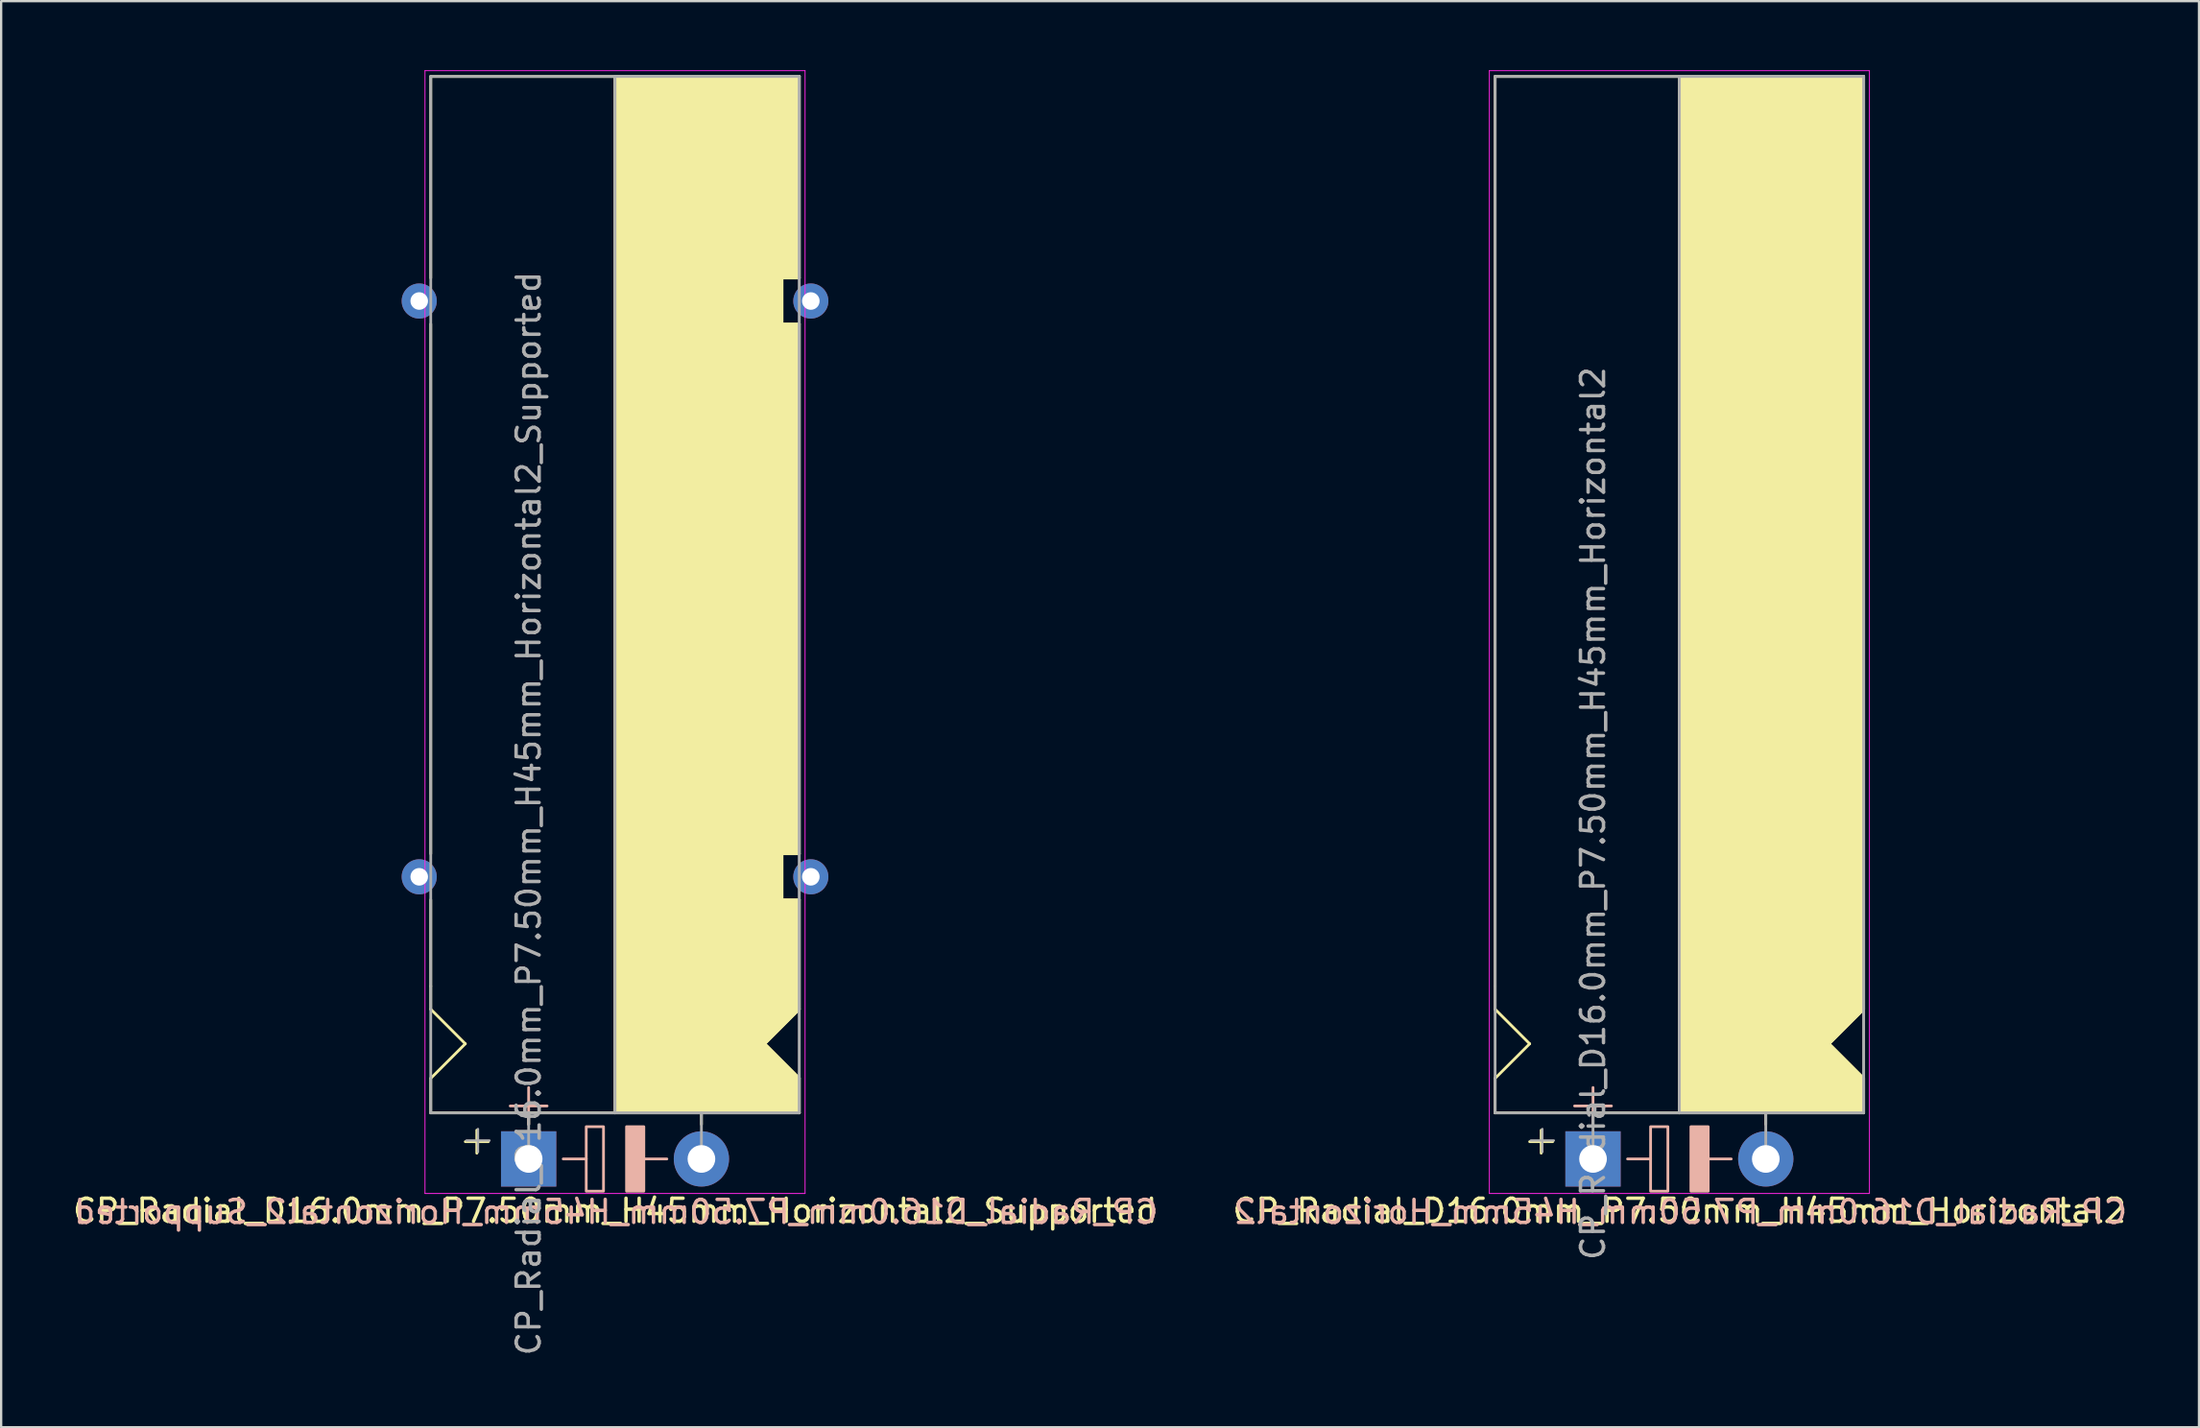
<source format=kicad_pcb>
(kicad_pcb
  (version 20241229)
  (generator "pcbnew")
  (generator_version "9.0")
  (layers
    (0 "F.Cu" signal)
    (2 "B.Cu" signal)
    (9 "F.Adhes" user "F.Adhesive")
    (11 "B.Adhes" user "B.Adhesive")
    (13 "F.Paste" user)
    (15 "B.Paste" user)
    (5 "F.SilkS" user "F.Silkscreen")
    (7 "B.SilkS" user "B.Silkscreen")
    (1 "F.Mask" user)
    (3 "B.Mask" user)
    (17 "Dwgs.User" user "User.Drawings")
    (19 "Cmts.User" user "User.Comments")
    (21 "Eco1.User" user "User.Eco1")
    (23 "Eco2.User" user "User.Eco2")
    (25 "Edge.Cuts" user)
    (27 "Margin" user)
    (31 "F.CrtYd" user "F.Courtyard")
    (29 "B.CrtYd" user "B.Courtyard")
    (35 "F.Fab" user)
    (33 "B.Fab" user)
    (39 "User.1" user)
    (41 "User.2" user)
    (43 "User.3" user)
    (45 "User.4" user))
  (footprint "CP_Radial_D16.0mm_P7.50mm_H45mm_Horizontal2"
    (layer "F.Cu")
    (at 66.104 47.27)
    (property "Reference" "CP_Radial_D16.0mm_P7.50mm_H45mm_Horizontal2" (at 3.75 2.25 0) (layer "F.SilkS") (effects (font (size 1 1) (thickness 0.15))))
    (fp_line (start -4.25 -7.5) (end -4.25 -47) (stroke (width 0.12) (type solid)) (layer "F.SilkS"))
    (fp_line (start -4.25 -6.5) (end -4.25 -7.5) (stroke (width 0.12) (type solid)) (layer "F.SilkS"))
    (fp_line (start -4.25 -3.5) (end -2.75 -5) (stroke (width 0.12) (type solid)) (layer "F.SilkS"))
    (fp_line (start -4.25 -2) (end -4.25 -3.5) (stroke (width 0.12) (type solid)) (layer "F.SilkS"))
    (fp_line (start -2.75 -5) (end -4.25 -6.5) (stroke (width 0.12) (type solid)) (layer "F.SilkS"))
    (fp_line (start -2.25 -1.25) (end -2.25 -0.25) (stroke (width 0.12) (type solid)) (layer "F.SilkS"))
    (fp_line (start -1.75 -0.75) (end -2.75 -0.75) (stroke (width 0.12) (type solid)) (layer "F.SilkS"))
    (fp_line (start 0 -1.5) (end 0 -2) (stroke (width 0.12) (type solid)) (layer "F.SilkS"))
    (fp_line (start 3.75 -2) (end -4.25 -2) (stroke (width 0.12) (type solid)) (layer "F.SilkS"))
    (fp_line (start 3.75 -2) (end 3.75 -47) (stroke (width 0.12) (type solid)) (layer "F.SilkS"))
    (fp_line (start 3.75 -2) (end 11.75 -2) (stroke (width 0.12) (type solid)) (layer "F.SilkS"))
    (fp_line (start 7.5 -1.5) (end 7.5 -2) (stroke (width 0.12) (type solid)) (layer "F.SilkS"))
    (fp_line (start 10.25 -5) (end 11.75 -6.5) (stroke (width 0.12) (type solid)) (layer "F.SilkS"))
    (fp_line (start 11.75 -47) (end -4.25 -47) (stroke (width 0.12) (type solid)) (layer "F.SilkS"))
    (fp_line (start 11.75 -47) (end 11.75 -6.5) (stroke (width 0.12) (type solid)) (layer "F.SilkS"))
    (fp_line (start 11.75 -3.5) (end 10.25 -5) (stroke (width 0.12) (type solid)) (layer "F.SilkS"))
    (fp_line (start 11.75 -2) (end 11.75 -3.5) (stroke (width 0.12) (type solid)) (layer "F.SilkS"))
    (fp_poly (pts (xy 11.75 -3.5) (xy 10.25 -5) (xy 11.75 -6.5) (xy 11.75 -47) (xy 3.75 -47) (xy 3.75 -2) (xy 11.75 -2)) (stroke (width 0.1) (type solid)) (fill yes) (layer "F.SilkS"))
    (fp_line (start 0 -3.1) (end 0 -1.5) (stroke (width 0.12) (type solid)) (layer "B.SilkS"))
    (fp_line (start 0.8 -2.3) (end -0.8 -2.3) (stroke (width 0.12) (type solid)) (layer "B.SilkS"))
    (fp_line (start 2.5 0) (end 1.5 0) (stroke (width 0.12) (type solid)) (layer "B.SilkS"))
    (fp_line (start 6 0) (end 5 0) (stroke (width 0.12) (type solid)) (layer "B.SilkS"))
    (fp_rect (start 2.5 -1.4) (end 3.25 1.4) (stroke (width 0.12) (type solid)) (fill no) (layer "B.SilkS"))
    (fp_rect (start 4.25 -1.4) (end 5 1.4) (stroke (width 0.12) (type solid)) (fill yes) (layer "B.SilkS"))
    (fp_line (start -4.5 -47.25) (end -4.5 1.5) (stroke (width 0.04) (type solid)) (layer "F.CrtYd"))
    (fp_line (start -4.5 1.5) (end 12 1.5) (stroke (width 0.04) (type solid)) (layer "F.CrtYd"))
    (fp_line (start 12 -47.25) (end -4.5 -47.25) (stroke (width 0.04) (type solid)) (layer "F.CrtYd"))
    (fp_line (start 12 1.5) (end 12 -47.25) (stroke (width 0.04) (type solid)) (layer "F.CrtYd"))
    (fp_line (start -4.25 -47) (end 11.75 -47) (stroke (width 0.12) (type solid)) (layer "F.Fab"))
    (fp_line (start -4.25 -2) (end -4.25 -47) (stroke (width 0.12) (type solid)) (layer "F.Fab"))
    (fp_line (start -2.7 -0.8) (end -1.7 -0.8) (stroke (width 0.1) (type solid)) (layer "F.Fab"))
    (fp_line (start -2.2 -0.3) (end -2.2 -1.3) (stroke (width 0.1) (type solid)) (layer "F.Fab"))
    (fp_line (start 0 -2) (end -4.25 -2) (stroke (width 0.12) (type solid)) (layer "F.Fab"))
    (fp_line (start 0 0) (end 0 -2) (stroke (width 0.12) (type solid)) (layer "F.Fab"))
    (fp_line (start 3.75 -2) (end 3.75 -47) (stroke (width 0.12) (type solid)) (layer "F.Fab"))
    (fp_line (start 7.5 0) (end 7.5 -2) (stroke (width 0.12) (type solid)) (layer "F.Fab"))
    (fp_line (start 11.75 -47) (end 11.75 -2) (stroke (width 0.12) (type solid)) (layer "F.Fab"))
    (fp_line (start 11.75 -2) (end 0 -2) (stroke (width 0.12) (type solid)) (layer "F.Fab"))
    (fp_poly (pts (xy 11.75 -47) (xy 3.75 -47) (xy 3.75 -2) (xy 11.75 -2)) (stroke (width 0.1) (type solid)) (fill no) (layer "F.Fab"))
    (fp_text user "${REFERENCE}" (at 3.8 2.3 0) (layer "B.SilkS") (effects (font (size 1 1) (thickness 0.15)) (justify mirror)))
    (fp_text user "${REFERENCE}" (at 0 -15 90) (layer "F.Fab") (effects (font (size 1 1) (thickness 0.15))))
    (pad "1" thru_hole rect (at 0 0) (size 2.4 2.4) (drill 1.2) (layers "*.Cu" "*.Mask"))
    (pad "2" thru_hole circle (at 7.5 0) (size 2.4 2.4) (drill 1.2) (layers "*.Cu" "*.Mask")))
  (footprint "CP_Radial_D16.0mm_P7.50mm_H45mm_Horizontal2_Supported"
    (layer "F.Cu")
    (at 19.899 47.27)
    (property "Reference" "CP_Radial_D16.0mm_P7.50mm_H45mm_Horizontal2_Supported" (at 3.75 2.25 0) (layer "F.SilkS") (effects (font (size 1 1) (thickness 0.15))))
    (fp_line (start -4.25 -38.25) (end -4.25 -47) (stroke (width 0.12) (type solid)) (layer "F.SilkS"))
    (fp_line (start -4.25 -36.25) (end -4.25 -13.25) (stroke (width 0.12) (type solid)) (layer "F.SilkS"))
    (fp_line (start -4.25 -7.5) (end -4.25 -11.25) (stroke (width 0.12) (type solid)) (layer "F.SilkS"))
    (fp_line (start -4.25 -6.5) (end -4.25 -7.5) (stroke (width 0.12) (type solid)) (layer "F.SilkS"))
    (fp_line (start -4.25 -3.5) (end -2.75 -5) (stroke (width 0.12) (type solid)) (layer "F.SilkS"))
    (fp_line (start -4.25 -2) (end -4.25 -3.5) (stroke (width 0.12) (type solid)) (layer "F.SilkS"))
    (fp_line (start -2.75 -5) (end -4.25 -6.5) (stroke (width 0.12) (type solid)) (layer "F.SilkS"))
    (fp_line (start -2.25 -1.25) (end -2.25 -0.25) (stroke (width 0.12) (type solid)) (layer "F.SilkS"))
    (fp_line (start -1.75 -0.75) (end -2.75 -0.75) (stroke (width 0.12) (type solid)) (layer "F.SilkS"))
    (fp_line (start 0 -1.5) (end 0 -2) (stroke (width 0.12) (type solid)) (layer "F.SilkS"))
    (fp_line (start 3.75 -2) (end -4.25 -2) (stroke (width 0.12) (type solid)) (layer "F.SilkS"))
    (fp_line (start 3.75 -2) (end 3.75 -47) (stroke (width 0.12) (type solid)) (layer "F.SilkS"))
    (fp_line (start 3.75 -2) (end 11.75 -2) (stroke (width 0.12) (type solid)) (layer "F.SilkS"))
    (fp_line (start 7.5 -1.5) (end 7.5 -2) (stroke (width 0.12) (type solid)) (layer "F.SilkS"))
    (fp_line (start 10.25 -5) (end 11.75 -6.5) (stroke (width 0.12) (type solid)) (layer "F.SilkS"))
    (fp_line (start 11 -38.25) (end 11 -36.25) (stroke (width 0.12) (type solid)) (layer "F.SilkS"))
    (fp_line (start 11 -36.25) (end 11.75 -36.25) (stroke (width 0.12) (type solid)) (layer "F.SilkS"))
    (fp_line (start 11 -13.25) (end 11 -11.25) (stroke (width 0.12) (type solid)) (layer "F.SilkS"))
    (fp_line (start 11 -11.25) (end 11.75 -11.25) (stroke (width 0.12) (type solid)) (layer "F.SilkS"))
    (fp_line (start 11.75 -47) (end -4.25 -47) (stroke (width 0.12) (type solid)) (layer "F.SilkS"))
    (fp_line (start 11.75 -47) (end 11.75 -38.25) (stroke (width 0.12) (type solid)) (layer "F.SilkS"))
    (fp_line (start 11.75 -38.25) (end 11 -38.25) (stroke (width 0.12) (type solid)) (layer "F.SilkS"))
    (fp_line (start 11.75 -13.25) (end 11 -13.25) (stroke (width 0.12) (type solid)) (layer "F.SilkS"))
    (fp_line (start 11.75 -13.25) (end 11.75 -36.25) (stroke (width 0.12) (type solid)) (layer "F.SilkS"))
    (fp_line (start 11.75 -11.25) (end 11.75 -6.5) (stroke (width 0.12) (type solid)) (layer "F.SilkS"))
    (fp_line (start 11.75 -3.5) (end 10.25 -5) (stroke (width 0.12) (type solid)) (layer "F.SilkS"))
    (fp_line (start 11.75 -2) (end 11.75 -3.5) (stroke (width 0.12) (type solid)) (layer "F.SilkS"))
    (fp_poly (pts (xy 11.75 -3.5) (xy 10.25 -5) (xy 11.75 -6.5) (xy 11.75 -11.25) (xy 11 -11.25) (xy 11 -13.25) (xy 11.75 -13.25) (xy 11.75 -36.25) (xy 11 -36.25) (xy 11 -38.25) (xy 11.75 -38.25) (xy 11.75 -47) (xy 3.75 -47) (xy 3.75 -2) (xy 11.75 -2)) (stroke (width 0.1) (type solid)) (fill yes) (layer "F.SilkS"))
    (fp_line (start 0 -3.1) (end 0 -1.5) (stroke (width 0.12) (type solid)) (layer "B.SilkS"))
    (fp_line (start 0.8 -2.3) (end -0.8 -2.3) (stroke (width 0.12) (type solid)) (layer "B.SilkS"))
    (fp_line (start 2.5 0) (end 1.5 0) (stroke (width 0.12) (type solid)) (layer "B.SilkS"))
    (fp_line (start 6 0) (end 5 0) (stroke (width 0.12) (type solid)) (layer "B.SilkS"))
    (fp_rect (start 2.5 -1.4) (end 3.25 1.4) (stroke (width 0.12) (type solid)) (fill no) (layer "B.SilkS"))
    (fp_rect (start 4.25 -1.4) (end 5 1.4) (stroke (width 0.12) (type solid)) (fill yes) (layer "B.SilkS"))
    (fp_line (start -4.5 -47.25) (end -4.5 1.5) (stroke (width 0.04) (type solid)) (layer "F.CrtYd"))
    (fp_line (start -4.5 1.5) (end 12 1.5) (stroke (width 0.04) (type solid)) (layer "F.CrtYd"))
    (fp_line (start 12 -47.25) (end -4.5 -47.25) (stroke (width 0.04) (type solid)) (layer "F.CrtYd"))
    (fp_line (start 12 1.5) (end 12 -47.25) (stroke (width 0.04) (type solid)) (layer "F.CrtYd"))
    (fp_line (start -4.25 -47) (end 11.75 -47) (stroke (width 0.12) (type solid)) (layer "F.Fab"))
    (fp_line (start -4.25 -2) (end -4.25 -47) (stroke (width 0.12) (type solid)) (layer "F.Fab"))
    (fp_line (start -2.7 -0.8) (end -1.7 -0.8) (stroke (width 0.1) (type solid)) (layer "F.Fab"))
    (fp_line (start -2.2 -0.3) (end -2.2 -1.3) (stroke (width 0.1) (type solid)) (layer "F.Fab"))
    (fp_line (start 0 -2) (end -4.25 -2) (stroke (width 0.12) (type solid)) (layer "F.Fab"))
    (fp_line (start 0 0) (end 0 -2) (stroke (width 0.12) (type solid)) (layer "F.Fab"))
    (fp_line (start 3.75 -2) (end 3.75 -47) (stroke (width 0.12) (type solid)) (layer "F.Fab"))
    (fp_line (start 7.5 0) (end 7.5 -2) (stroke (width 0.12) (type solid)) (layer "F.Fab"))
    (fp_line (start 11.75 -47) (end 11.75 -2) (stroke (width 0.12) (type solid)) (layer "F.Fab"))
    (fp_line (start 11.75 -2) (end 0 -2) (stroke (width 0.12) (type solid)) (layer "F.Fab"))
    (fp_poly (pts (xy 11.75 -47) (xy 3.75 -47) (xy 3.75 -2) (xy 11.75 -2)) (stroke (width 0.1) (type solid)) (fill no) (layer "F.Fab"))
    (fp_text user "${REFERENCE}" (at 3.8 2.3 0) (layer "B.SilkS") (effects (font (size 1 1) (thickness 0.15)) (justify mirror)))
    (fp_text user "${REFERENCE}" (at 0 -15 90) (layer "F.Fab") (effects (font (size 1 1) (thickness 0.15))))
    (pad "1" thru_hole rect (at 0 0) (size 2.4 2.4) (drill 1.2) (layers "*.Cu" "*.Mask"))
    (pad "2" thru_hole circle (at 7.5 0) (size 2.4 2.4) (drill 1.2) (layers "*.Cu" "*.Mask"))
    (pad "~" thru_hole circle (at -4.75 -37.25 180) (size 1.524 1.524) (drill 0.762) (layers "*.Cu" "*.Mask"))
    (pad "~" thru_hole circle (at -4.75 -12.25 180) (size 1.524 1.524) (drill 0.762) (layers "*.Cu" "*.Mask"))
    (pad "~" thru_hole circle (at 12.25 -37.25 180) (size 1.524 1.524) (drill 0.762) (layers "*.Cu" "*.Mask"))
    (pad "~" thru_hole circle (at 12.25 -12.25 180) (size 1.524 1.524) (drill 0.762) (layers "*.Cu" "*.Mask")))
  (gr_rect
    (start -3 -3)
    (end 92.41 58.919)
    (stroke (width 0.1) (type default))
    (fill no)
    (layer "Edge.Cuts")))
</source>
